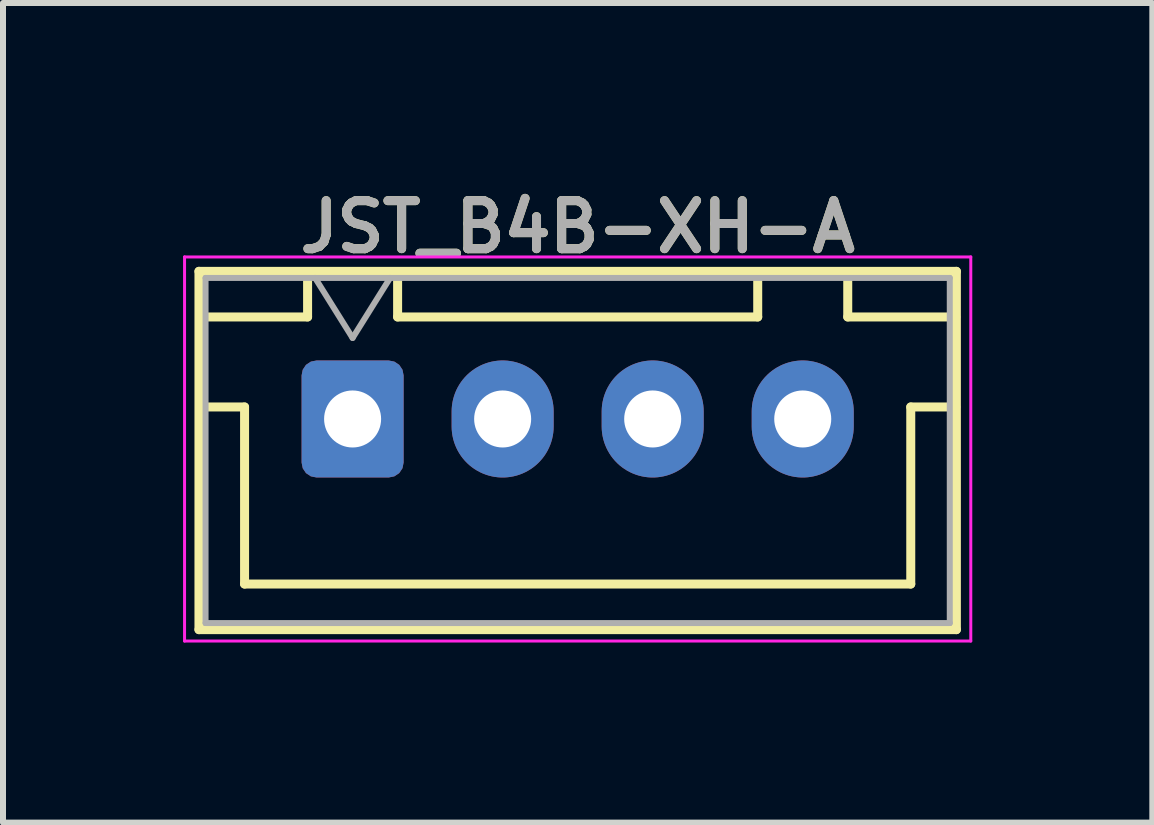
<source format=kicad_pcb>
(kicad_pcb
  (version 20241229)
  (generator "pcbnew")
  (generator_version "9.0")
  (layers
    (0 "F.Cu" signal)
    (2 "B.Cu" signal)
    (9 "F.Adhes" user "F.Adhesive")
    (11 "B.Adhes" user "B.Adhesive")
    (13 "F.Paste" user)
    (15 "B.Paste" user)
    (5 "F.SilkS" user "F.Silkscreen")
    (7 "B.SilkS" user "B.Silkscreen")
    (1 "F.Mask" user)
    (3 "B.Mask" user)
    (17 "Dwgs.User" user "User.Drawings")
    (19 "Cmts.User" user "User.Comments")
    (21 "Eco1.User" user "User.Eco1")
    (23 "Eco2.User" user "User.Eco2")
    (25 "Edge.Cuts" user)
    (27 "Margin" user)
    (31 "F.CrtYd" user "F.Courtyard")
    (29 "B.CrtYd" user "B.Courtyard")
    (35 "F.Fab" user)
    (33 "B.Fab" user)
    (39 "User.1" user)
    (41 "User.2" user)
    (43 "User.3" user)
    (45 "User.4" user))
  (footprint "JST_B4B-XH-A"
    (layer "F.Cu")
    (at 2.825 3.931)
    (property "Reference" "JST_B4B-XH-A" (at 3.75 -3.2 0) (layer "F.SilkS") (effects (font (size 0.8 0.8) (thickness 0.15))))
    (attr through_hole)
    (fp_line (start -2.56 -2.46) (end -2.56 3.51) (stroke (width 0.15) (type solid)) (layer "F.SilkS"))
    (fp_line (start -2.56 3.51) (end 10.06 3.51) (stroke (width 0.15) (type solid)) (layer "F.SilkS"))
    (fp_line (start -2.55 -1.7) (end -0.75 -1.7) (stroke (width 0.15) (type solid)) (layer "F.SilkS"))
    (fp_line (start -2.55 -0.2) (end -1.8 -0.2) (stroke (width 0.15) (type solid)) (layer "F.SilkS"))
    (fp_line (start -1.8 -0.2) (end -1.8 2.75) (stroke (width 0.15) (type solid)) (layer "F.SilkS"))
    (fp_line (start -0.75 -2.45) (end -2.55 -2.45) (stroke (width 0.12) (type solid)) (layer "F.SilkS"))
    (fp_line (start -0.75 -1.7) (end -0.75 -2.45) (stroke (width 0.15) (type solid)) (layer "F.SilkS"))
    (fp_line (start 0.75 -2.45) (end 0.75 -1.7) (stroke (width 0.15) (type solid)) (layer "F.SilkS"))
    (fp_line (start 0.75 -1.7) (end 6.75 -1.7) (stroke (width 0.15) (type solid)) (layer "F.SilkS"))
    (fp_line (start 6.75 -2.45) (end 0.75 -2.45) (stroke (width 0.12) (type solid)) (layer "F.SilkS"))
    (fp_line (start 6.75 -1.7) (end 6.75 -2.45) (stroke (width 0.15) (type solid)) (layer "F.SilkS"))
    (fp_line (start 8.25 -2.45) (end 8.25 -1.7) (stroke (width 0.15) (type solid)) (layer "F.SilkS"))
    (fp_line (start 8.25 -1.7) (end 10.05 -1.7) (stroke (width 0.15) (type solid)) (layer "F.SilkS"))
    (fp_line (start 9.3 -0.2) (end 9.3 2.75) (stroke (width 0.15) (type solid)) (layer "F.SilkS"))
    (fp_line (start 9.3 2.75) (end -1.8 2.75) (stroke (width 0.15) (type solid)) (layer "F.SilkS"))
    (fp_line (start 10.05 -2.45) (end 8.25 -2.45) (stroke (width 0.12) (type solid)) (layer "F.SilkS"))
    (fp_line (start 10.05 -1.7) (end 10.05 -2.45) (stroke (width 0.12) (type solid)) (layer "F.SilkS"))
    (fp_line (start 10.05 -0.2) (end 9.3 -0.2) (stroke (width 0.15) (type solid)) (layer "F.SilkS"))
    (fp_line (start 10.06 -2.46) (end -2.56 -2.46) (stroke (width 0.15) (type solid)) (layer "F.SilkS"))
    (fp_line (start 10.06 3.51) (end 10.06 -2.46) (stroke (width 0.15) (type solid)) (layer "F.SilkS"))
    (fp_line (start -2.8 -2.7) (end 10.3 -2.7) (stroke (width 0.05) (type solid)) (layer "F.CrtYd"))
    (fp_line (start -2.8 3.7) (end -2.8 -2.7) (stroke (width 0.05) (type solid)) (layer "F.CrtYd"))
    (fp_line (start 10.3 -2.7) (end 10.3 3.7) (stroke (width 0.05) (type solid)) (layer "F.CrtYd"))
    (fp_line (start 10.3 3.7) (end -2.8 3.7) (stroke (width 0.05) (type solid)) (layer "F.CrtYd"))
    (fp_line (start -2.45 -2.35) (end -2.45 3.4) (stroke (width 0.1) (type solid)) (layer "F.Fab"))
    (fp_line (start -2.45 3.4) (end 9.95 3.4) (stroke (width 0.1) (type solid)) (layer "F.Fab"))
    (fp_line (start -0.625 -2.35) (end 0 -1.35) (stroke (width 0.1) (type solid)) (layer "F.Fab"))
    (fp_line (start 0 -1.35) (end 0.625 -2.35) (stroke (width 0.1) (type solid)) (layer "F.Fab"))
    (fp_line (start 9.95 -2.35) (end -2.45 -2.35) (stroke (width 0.1) (type solid)) (layer "F.Fab"))
    (fp_line (start 9.95 3.4) (end 9.95 -2.35) (stroke (width 0.1) (type solid)) (layer "F.Fab"))
    (fp_text user "${REFERENCE}" (at 3.75 -3.2 0) (layer "F.Fab") (effects (font (size 0.8 0.8) (thickness 0.15))))
    (pad "1" thru_hole roundrect (at 0 0) (size 1.7 1.95) (drill 0.95) (layers "*.Cu" "*.Mask") (roundrect_rratio 0.147))
    (pad "2" thru_hole oval (at 2.5 0) (size 1.7 1.95) (drill 0.95) (layers "*.Cu" "*.Mask"))
    (pad "3" thru_hole oval (at 5 0) (size 1.7 1.95) (drill 0.95) (layers "*.Cu" "*.Mask"))
    (pad "4" thru_hole oval (at 7.5 0) (size 1.7 1.95) (drill 0.95) (layers "*.Cu" "*.Mask")))
  (gr_rect
    (start -3 -3)
    (end 16.15 10.656)
    (stroke (width 0.1) (type default))
    (fill no)
    (layer "Edge.Cuts")))
</source>
